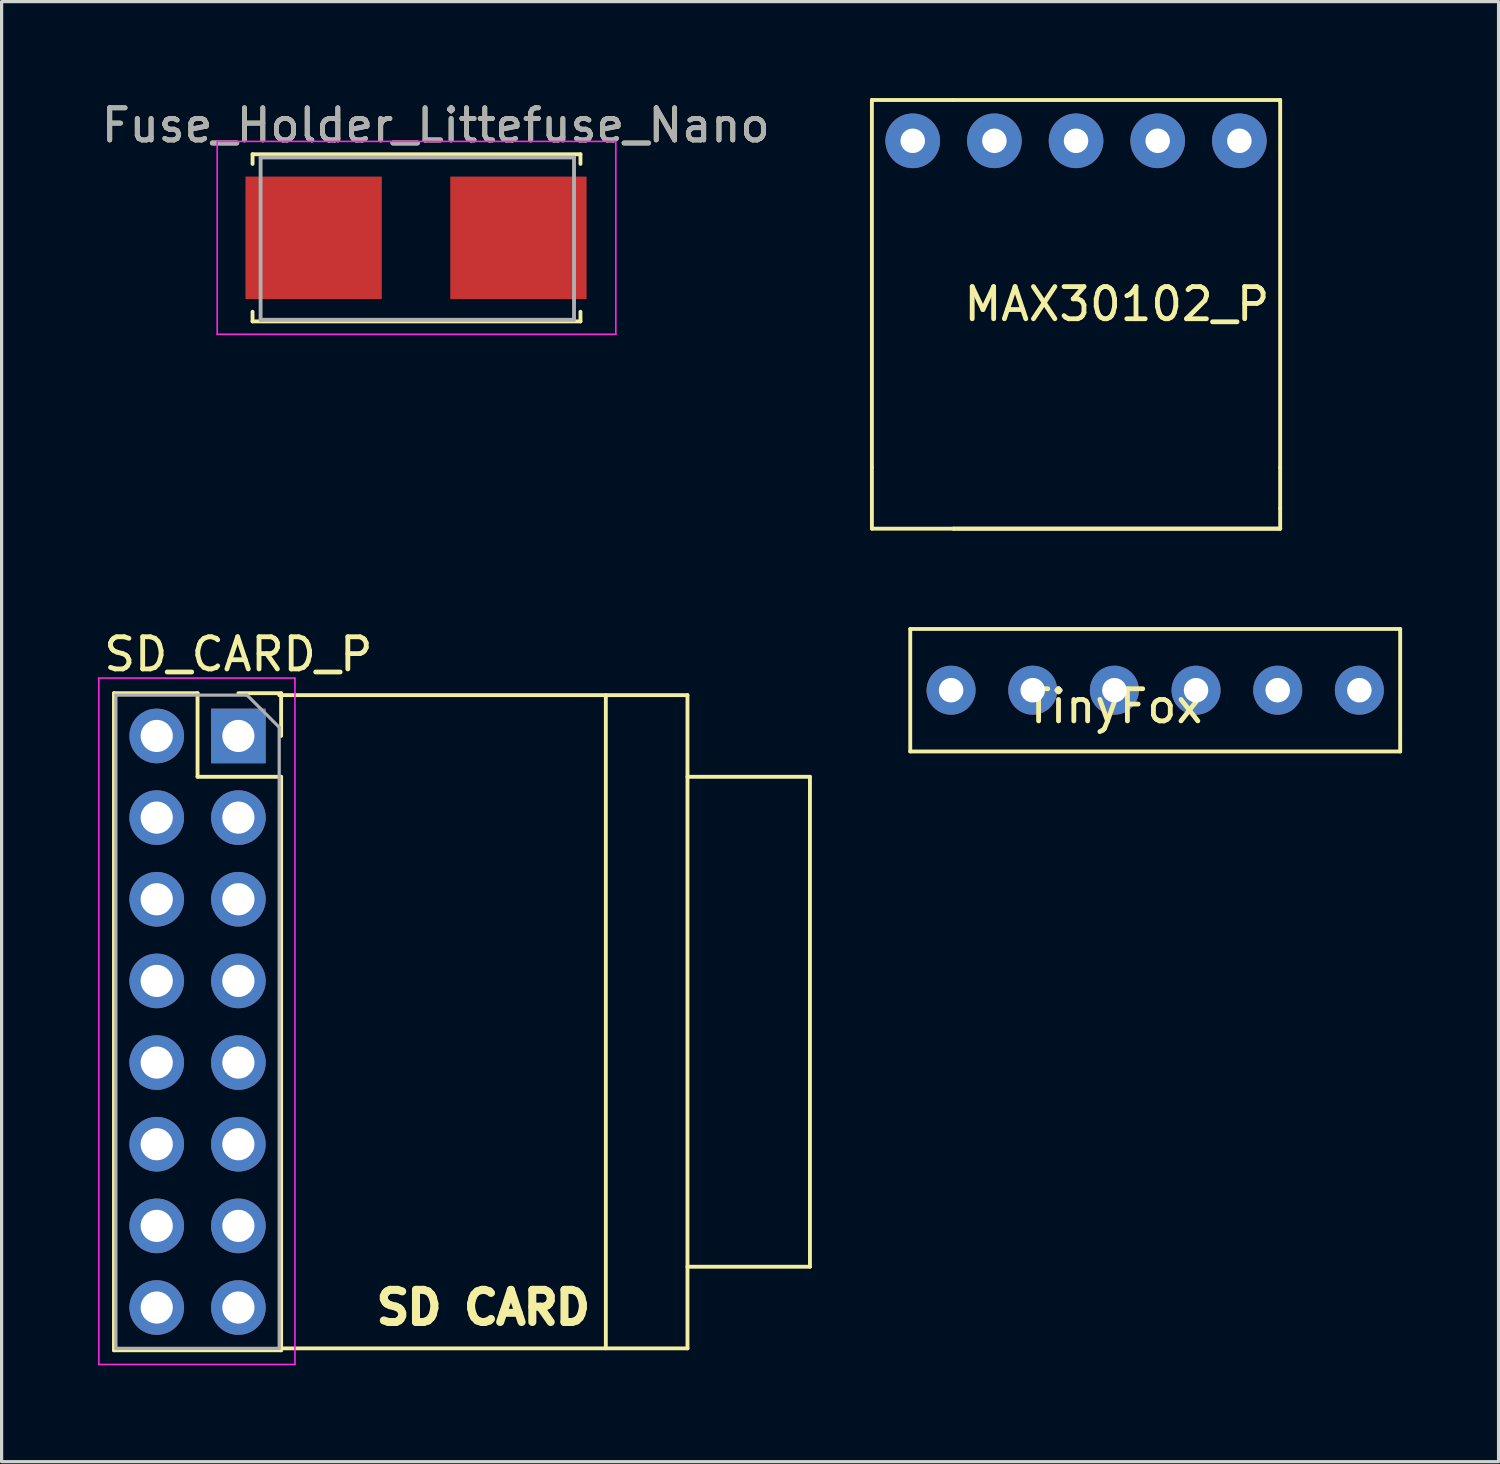
<source format=kicad_pcb>
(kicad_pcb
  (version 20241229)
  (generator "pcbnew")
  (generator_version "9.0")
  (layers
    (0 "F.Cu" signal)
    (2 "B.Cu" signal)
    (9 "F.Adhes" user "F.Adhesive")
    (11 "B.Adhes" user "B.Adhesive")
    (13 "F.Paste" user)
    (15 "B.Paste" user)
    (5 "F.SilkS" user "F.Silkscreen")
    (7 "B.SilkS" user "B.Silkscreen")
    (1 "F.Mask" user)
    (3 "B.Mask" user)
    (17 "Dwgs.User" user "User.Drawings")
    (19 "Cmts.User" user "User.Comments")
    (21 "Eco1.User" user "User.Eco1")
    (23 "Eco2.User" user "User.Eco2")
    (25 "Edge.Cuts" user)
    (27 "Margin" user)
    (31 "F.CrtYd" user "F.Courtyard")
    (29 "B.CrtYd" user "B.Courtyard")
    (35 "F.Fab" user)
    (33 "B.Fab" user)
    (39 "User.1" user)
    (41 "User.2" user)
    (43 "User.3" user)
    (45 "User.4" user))
  (footprint "TinyFox"
    (layer "F.Cu")
    (at 31.615 18.42)
    (property "Reference" "TinyFox" (at 0 0.5 0) (layer "F.SilkS") (effects (font (size 1 1) (thickness 0.15))))
    (attr through_hole)
    (fp_line (start -6.35 -1.905) (end 8.89 -1.905) (stroke (width 0.12) (type solid)) (layer "F.SilkS"))
    (fp_line (start -6.35 1.905) (end -6.35 -1.905) (stroke (width 0.12) (type solid)) (layer "F.SilkS"))
    (fp_line (start 8.89 -1.905) (end 8.89 1.905) (stroke (width 0.12) (type solid)) (layer "F.SilkS"))
    (fp_line (start 8.89 1.905) (end -6.35 1.905) (stroke (width 0.12) (type solid)) (layer "F.SilkS"))
    (pad "1" thru_hole circle (at -5.08 0) (size 1.524 1.524) (drill 0.762) (layers "*.Cu" "*.Mask"))
    (pad "2" thru_hole circle (at -2.54 0) (size 1.524 1.524) (drill 0.762) (layers "*.Cu" "*.Mask"))
    (pad "3" thru_hole circle (at 0 0) (size 1.524 1.524) (drill 0.762) (layers "*.Cu" "*.Mask"))
    (pad "4" thru_hole circle (at 2.54 0) (size 1.524 1.524) (drill 0.762) (layers "*.Cu" "*.Mask"))
    (pad "5" thru_hole circle (at 5.08 0) (size 1.524 1.524) (drill 0.762) (layers "*.Cu" "*.Mask"))
    (pad "6" thru_hole circle (at 7.62 0) (size 1.524 1.524) (drill 0.762) (layers "*.Cu" "*.Mask")))
  (footprint "MAX30102_P"
    (layer "F.Cu")
    (at 30.422 1.33)
    (property "Reference" "MAX30102_P" (at 1.27 5.08 0) (layer "F.SilkS") (effects (font (size 1 1) (thickness 0.15))))
    (attr through_hole)
    (fp_line (start -6.35 -1.27) (end -6.35 10.16) (stroke (width 0.12) (type solid)) (layer "F.SilkS"))
    (fp_line (start -6.35 10.16) (end -6.35 12.065) (stroke (width 0.12) (type solid)) (layer "F.SilkS"))
    (fp_line (start -3.81 -1.27) (end -6.35 -1.27) (stroke (width 0.12) (type solid)) (layer "F.SilkS"))
    (fp_line (start -3.81 -1.27) (end 6.35 -1.27) (stroke (width 0.12) (type solid)) (layer "F.SilkS"))
    (fp_line (start -3.81 12.065) (end -6.35 12.065) (stroke (width 0.12) (type solid)) (layer "F.SilkS"))
    (fp_line (start 6.35 -1.27) (end 6.35 10.16) (stroke (width 0.12) (type solid)) (layer "F.SilkS"))
    (fp_line (start 6.35 10.16) (end 6.35 11.43) (stroke (width 0.12) (type solid)) (layer "F.SilkS"))
    (fp_line (start 6.35 11.43) (end 6.35 12.065) (stroke (width 0.12) (type solid)) (layer "F.SilkS"))
    (fp_line (start 6.35 12.065) (end -3.81 12.065) (stroke (width 0.12) (type solid)) (layer "F.SilkS"))
    (fp_line (start 6.35 12.065) (end -3.81 12.065) (stroke (width 0.12) (type solid)) (layer "F.SilkS"))
    (pad "1" thru_hole circle (at 5.08 0) (size 1.7 1.7) (drill 0.762) (layers "*.Cu" "*.Mask"))
    (pad "2" thru_hole circle (at 2.54 0) (size 1.7 1.7) (drill 0.762) (layers "*.Cu" "*.Mask"))
    (pad "3" thru_hole circle (at 0 0) (size 1.7 1.7) (drill 0.762) (layers "*.Cu" "*.Mask"))
    (pad "4" thru_hole circle (at -2.54 0) (size 1.7 1.7) (drill 0.762) (layers "*.Cu" "*.Mask"))
    (pad "5" thru_hole circle (at -5.08 0) (size 1.7 1.7) (drill 0.762) (layers "*.Cu" "*.Mask")))
  (footprint "SD_CARD_P"
    (layer "F.Cu")
    (at 4.365 19.843)
    (property "Reference" "SD_CARD_P" (at 0 -2.54 0) (layer "F.SilkS") (effects (font (size 1 1) (thickness 0.15))))
    (attr through_hole)
    (fp_line (start -3.87 -1.33) (end -3.87 19.11) (stroke (width 0.12) (type solid)) (layer "F.SilkS"))
    (fp_line (start -3.87 -1.33) (end -1.27 -1.33) (stroke (width 0.12) (type solid)) (layer "F.SilkS"))
    (fp_line (start -3.87 19.11) (end 1.33 19.11) (stroke (width 0.12) (type solid)) (layer "F.SilkS"))
    (fp_line (start -1.27 -1.33) (end -1.27 1.27) (stroke (width 0.12) (type solid)) (layer "F.SilkS"))
    (fp_line (start -1.27 1.27) (end 1.33 1.27) (stroke (width 0.12) (type solid)) (layer "F.SilkS"))
    (fp_line (start 0 -1.33) (end 1.33 -1.33) (stroke (width 0.12) (type solid)) (layer "F.SilkS"))
    (fp_line (start 1.27 -1.27) (end 13.97 -1.27) (stroke (width 0.12) (type solid)) (layer "F.SilkS"))
    (fp_line (start 1.33 -1.33) (end 1.33 0) (stroke (width 0.12) (type solid)) (layer "F.SilkS"))
    (fp_line (start 1.33 1.27) (end 1.33 19.11) (stroke (width 0.12) (type solid)) (layer "F.SilkS"))
    (fp_line (start 11.43 -1.27) (end 11.43 19.05) (stroke (width 0.12) (type solid)) (layer "F.SilkS"))
    (fp_line (start 13.97 -1.27) (end 13.97 19.05) (stroke (width 0.12) (type solid)) (layer "F.SilkS"))
    (fp_line (start 13.97 1.27) (end 17.78 1.27) (stroke (width 0.12) (type solid)) (layer "F.SilkS"))
    (fp_line (start 13.97 19.05) (end 1.27 19.05) (stroke (width 0.12) (type solid)) (layer "F.SilkS"))
    (fp_line (start 17.78 1.27) (end 17.78 16.51) (stroke (width 0.12) (type solid)) (layer "F.SilkS"))
    (fp_line (start 17.78 16.51) (end 13.97 16.51) (stroke (width 0.12) (type solid)) (layer "F.SilkS"))
    (fp_line (start -4.34 -1.8) (end 1.76 -1.8) (stroke (width 0.05) (type solid)) (layer "F.CrtYd"))
    (fp_line (start -4.34 19.55) (end -4.34 -1.8) (stroke (width 0.05) (type solid)) (layer "F.CrtYd"))
    (fp_line (start 1.76 -1.8) (end 1.76 19.55) (stroke (width 0.05) (type solid)) (layer "F.CrtYd"))
    (fp_line (start 1.76 19.55) (end -4.34 19.55) (stroke (width 0.05) (type solid)) (layer "F.CrtYd"))
    (fp_line (start -3.81 -1.27) (end 0.27 -1.27) (stroke (width 0.1) (type solid)) (layer "F.Fab"))
    (fp_line (start -3.81 19.05) (end -3.81 -1.27) (stroke (width 0.1) (type solid)) (layer "F.Fab"))
    (fp_line (start 0.27 -1.27) (end 1.27 -0.27) (stroke (width 0.1) (type solid)) (layer "F.Fab"))
    (fp_line (start 1.27 -0.27) (end 1.27 19.05) (stroke (width 0.1) (type solid)) (layer "F.Fab"))
    (fp_line (start 1.27 19.05) (end -3.81 19.05) (stroke (width 0.1) (type solid)) (layer "F.Fab"))
    (fp_text user "SD CARD" (at 7.62 17.78 0) (layer "F.SilkS") (effects (font (size 1 1) (thickness 0.25))))
    (pad "1" thru_hole circle (at -2.54 0) (size 1.7 1.7) (drill 1) (layers "*.Cu" "*.Mask"))
    (pad "2" thru_hole circle (at -2.54 2.54) (size 1.7 1.7) (drill 1) (layers "*.Cu" "*.Mask"))
    (pad "3" thru_hole circle (at -2.54 5.08) (size 1.7 1.7) (drill 1) (layers "*.Cu" "*.Mask"))
    (pad "4" thru_hole circle (at -2.54 7.62) (size 1.7 1.7) (drill 1) (layers "*.Cu" "*.Mask"))
    (pad "5" thru_hole circle (at -2.54 10.16) (size 1.7 1.7) (drill 1) (layers "*.Cu" "*.Mask"))
    (pad "6" thru_hole circle (at -2.54 12.7) (size 1.7 1.7) (drill 1) (layers "*.Cu" "*.Mask"))
    (pad "7" thru_hole circle (at -2.54 15.24) (size 1.7 1.7) (drill 1) (layers "*.Cu" "*.Mask"))
    (pad "8" thru_hole circle (at -2.54 17.78) (size 1.7 1.7) (drill 1) (layers "*.Cu" "*.Mask"))
    (pad "9" thru_hole rect (at 0 0) (size 1.7 1.7) (drill 1) (layers "*.Cu" "*.Mask"))
    (pad "10" thru_hole circle (at 0 2.54) (size 1.7 1.7) (drill 1) (layers "*.Cu" "*.Mask"))
    (pad "11" thru_hole circle (at 0 5.08) (size 1.7 1.7) (drill 1) (layers "*.Cu" "*.Mask"))
    (pad "12" thru_hole circle (at 0 7.62) (size 1.7 1.7) (drill 1) (layers "*.Cu" "*.Mask"))
    (pad "13" thru_hole circle (at 0 10.16) (size 1.7 1.7) (drill 1) (layers "*.Cu" "*.Mask"))
    (pad "14" thru_hole circle (at 0 12.7) (size 1.7 1.7) (drill 1) (layers "*.Cu" "*.Mask"))
    (pad "15" thru_hole circle (at 0 15.24) (size 1.7 1.7) (drill 1) (layers "*.Cu" "*.Mask"))
    (pad "16" thru_hole circle (at 0 17.78) (size 1.7 1.7) (drill 1) (layers "*.Cu" "*.Mask")))
  (footprint "Fuse_Holder_Littefuse_Nano"
    (layer "F.Cu")
    (at 6.706 4.348)
    (property "Reference" "Fuse_Holder_Littefuse_Nano" (at 3.8 -3.5 0) (layer "F.SilkS") (effects (font (size 1 1) (thickness 0.15))))
    (attr through_hole)
    (fp_line (start -1.9 -2.6) (end 8.3 -2.6) (stroke (width 0.12) (type solid)) (layer "F.SilkS"))
    (fp_line (start -1.9 -2.3) (end -1.9 -2.6) (stroke (width 0.12) (type solid)) (layer "F.SilkS"))
    (fp_line (start -1.9 2.3) (end -1.9 2.6) (stroke (width 0.12) (type solid)) (layer "F.SilkS"))
    (fp_line (start -1.9 2.6) (end 8.3 2.6) (stroke (width 0.12) (type solid)) (layer "F.SilkS"))
    (fp_line (start 8.3 -2.6) (end 8.3 -2.3) (stroke (width 0.12) (type solid)) (layer "F.SilkS"))
    (fp_line (start 8.3 2.6) (end 8.3 2.3) (stroke (width 0.12) (type solid)) (layer "F.SilkS"))
    (fp_line (start -3 -3) (end -3 3) (stroke (width 0.05) (type solid)) (layer "F.CrtYd"))
    (fp_line (start -3 -3) (end 9.4 -3) (stroke (width 0.05) (type solid)) (layer "F.CrtYd"))
    (fp_line (start -3 3) (end 9.4 3) (stroke (width 0.05) (type solid)) (layer "F.CrtYd"))
    (fp_line (start 9.4 -3) (end 9.4 3) (stroke (width 0.05) (type solid)) (layer "F.CrtYd"))
    (fp_line (start -1.65 -2.5) (end 8.1 -2.5) (stroke (width 0.12) (type solid)) (layer "F.Fab"))
    (fp_line (start -1.65 2.55) (end -1.65 -2.5) (stroke (width 0.12) (type solid)) (layer "F.Fab"))
    (fp_line (start 8.1 -2.5) (end 8.1 2.55) (stroke (width 0.12) (type solid)) (layer "F.Fab"))
    (fp_line (start 8.1 2.55) (end -1.65 2.55) (stroke (width 0.12) (type solid)) (layer "F.Fab"))
    (fp_text user "${REFERENCE}" (at 3.8 -3.5 0) (layer "F.Fab") (effects (font (size 1 1) (thickness 0.15))))
    (pad "1" smd rect (at 0 0) (size 4.24 3.81) (layers "F.Cu" "F.Mask" "F.Paste"))
    (pad "2" smd rect (at 6.37 0) (size 4.24 3.81) (layers "F.Cu" "F.Mask" "F.Paste")))
  (gr_rect
    (start -3 -3)
    (end 43.565 42.418)
    (stroke (width 0.1) (type default))
    (fill no)
    (layer "Edge.Cuts")))
</source>
